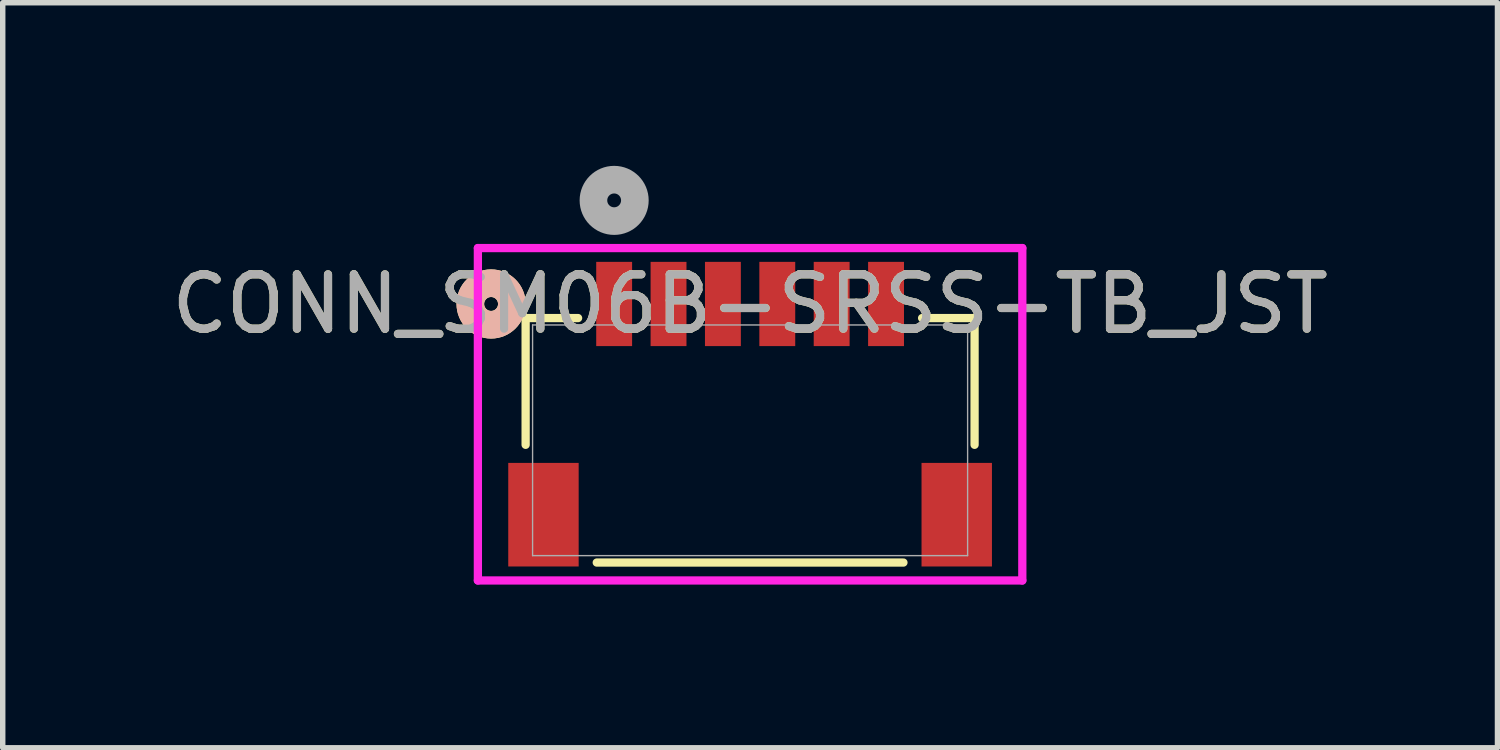
<source format=kicad_pcb>
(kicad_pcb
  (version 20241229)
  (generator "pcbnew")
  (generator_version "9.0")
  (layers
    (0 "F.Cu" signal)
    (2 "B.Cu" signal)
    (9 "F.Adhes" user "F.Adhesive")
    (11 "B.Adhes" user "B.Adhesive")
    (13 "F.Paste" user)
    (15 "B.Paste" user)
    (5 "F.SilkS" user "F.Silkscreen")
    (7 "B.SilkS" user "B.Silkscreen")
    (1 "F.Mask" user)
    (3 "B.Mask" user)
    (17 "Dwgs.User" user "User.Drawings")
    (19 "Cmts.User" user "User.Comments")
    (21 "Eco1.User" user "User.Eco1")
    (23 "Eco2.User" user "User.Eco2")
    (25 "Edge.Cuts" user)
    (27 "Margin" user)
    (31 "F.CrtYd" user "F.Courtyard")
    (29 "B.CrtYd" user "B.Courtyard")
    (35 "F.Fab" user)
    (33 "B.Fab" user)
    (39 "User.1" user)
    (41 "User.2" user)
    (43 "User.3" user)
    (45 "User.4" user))
  (footprint "CONN_SM06B-SRSS-TB_JST"
    (layer "F.Cu")
    (at 10.744 5.047)
    (property "Reference" "CONN_SM06B-SRSS-TB_JST" (at 0 -2.507 0) (unlocked yes) (layer "F.SilkS") (effects (font (size 1 1) (thickness 0.15))))
    (attr smd)
    (fp_line (start -4.128 -2.248) (end -4.128 0.083) (stroke (width 0.152) (type solid)) (layer "F.SilkS"))
    (fp_line (start -3.163 -2.248) (end -4.128 -2.248) (stroke (width 0.152) (type solid)) (layer "F.SilkS"))
    (fp_line (start -2.82 2.248) (end 2.82 2.248) (stroke (width 0.152) (type solid)) (layer "F.SilkS"))
    (fp_line (start 4.128 -2.248) (end 3.163 -2.248) (stroke (width 0.152) (type solid)) (layer "F.SilkS"))
    (fp_line (start 4.128 0.083) (end 4.128 -2.248) (stroke (width 0.152) (type solid)) (layer "F.SilkS"))
    (fp_circle (center -4.763 -2.507) (end -4.381 -2.507) (stroke (width 0.508) (type solid)) (fill no) (layer "F.SilkS"))
    (fp_circle (center -4.763 -2.507) (end -4.381 -2.507) (stroke (width 0.508) (type solid)) (fill no) (layer "B.SilkS"))
    (fp_line (start -5.006 -3.535) (end -5.006 2.578) (stroke (width 0.152) (type solid)) (layer "F.CrtYd"))
    (fp_line (start -5.006 2.578) (end 5.006 2.578) (stroke (width 0.152) (type solid)) (layer "F.CrtYd"))
    (fp_line (start 5.006 -3.535) (end -5.006 -3.535) (stroke (width 0.152) (type solid)) (layer "F.CrtYd"))
    (fp_line (start 5.006 2.578) (end 5.006 -3.535) (stroke (width 0.152) (type solid)) (layer "F.CrtYd"))
    (fp_line (start -4 -2.121) (end -4 2.121) (stroke (width 0.025) (type solid)) (layer "F.Fab"))
    (fp_line (start -4 2.121) (end 4 2.121) (stroke (width 0.025) (type solid)) (layer "F.Fab"))
    (fp_line (start 4 -2.121) (end -4 -2.121) (stroke (width 0.025) (type solid)) (layer "F.Fab"))
    (fp_line (start 4 2.121) (end 4 -2.121) (stroke (width 0.025) (type solid)) (layer "F.Fab"))
    (fp_circle (center -2.5 -4.412) (end -2.119 -4.412) (stroke (width 0.508) (type solid)) (fill no) (layer "F.Fab"))
    (fp_text user "${REFERENCE}" (at 0 -2.507 0) (unlocked yes) (layer "F.Fab") (effects (font (size 1 1) (thickness 0.15))))
    (pad "1" smd rect (at -2.5 -2.507) (size 0.66 1.549) (layers "F.Cu" "F.Mask" "F.Paste"))
    (pad "2" smd rect (at -1.5 -2.507) (size 0.66 1.549) (layers "F.Cu" "F.Mask" "F.Paste"))
    (pad "3" smd rect (at -0.5 -2.507) (size 0.66 1.549) (layers "F.Cu" "F.Mask" "F.Paste"))
    (pad "4" smd rect (at 0.5 -2.507) (size 0.66 1.549) (layers "F.Cu" "F.Mask" "F.Paste"))
    (pad "5" smd rect (at 1.5 -2.507) (size 0.66 1.549) (layers "F.Cu" "F.Mask" "F.Paste"))
    (pad "6" smd rect (at 2.5 -2.507) (size 0.66 1.549) (layers "F.Cu" "F.Mask" "F.Paste"))
    (pad "7" smd rect (at -3.8 1.368 90) (size 1.905 1.295) (layers "F.Cu" "F.Mask" "F.Paste"))
    (pad "8" smd rect (at 3.8 1.368 90) (size 1.905 1.295) (layers "F.Cu" "F.Mask" "F.Paste")))
  (gr_rect
    (start -3 -3)
    (end 24.488 10.701)
    (stroke (width 0.1) (type default))
    (fill no)
    (layer "Edge.Cuts")))
</source>
